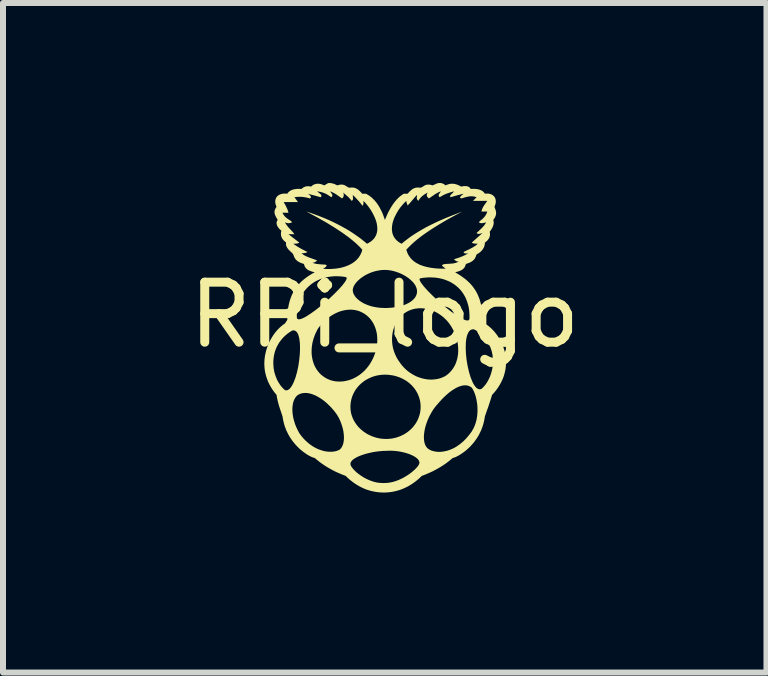
<source format=kicad_pcb>
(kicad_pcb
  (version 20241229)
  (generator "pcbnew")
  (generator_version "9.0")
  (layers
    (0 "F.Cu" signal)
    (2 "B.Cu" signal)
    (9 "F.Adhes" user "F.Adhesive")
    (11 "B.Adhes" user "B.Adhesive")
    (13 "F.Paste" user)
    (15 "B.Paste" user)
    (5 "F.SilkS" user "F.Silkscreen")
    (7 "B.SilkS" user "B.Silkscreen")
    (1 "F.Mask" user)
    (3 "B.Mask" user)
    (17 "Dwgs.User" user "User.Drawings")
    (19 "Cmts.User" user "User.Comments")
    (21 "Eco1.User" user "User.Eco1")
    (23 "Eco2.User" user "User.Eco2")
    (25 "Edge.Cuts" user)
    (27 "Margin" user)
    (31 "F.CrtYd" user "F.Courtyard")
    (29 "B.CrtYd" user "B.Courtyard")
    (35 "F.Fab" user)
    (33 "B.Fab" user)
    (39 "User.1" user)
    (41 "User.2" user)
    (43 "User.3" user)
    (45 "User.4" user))
  (footprint "RPi_logo"
    (layer "F.Cu")
    (at 3.363 2.699)
    (property "Reference" "RPi_logo" (at 0 -0.5 0) (unlocked yes) (layer "F.SilkS") (effects (font (size 1 1) (thickness 0.15))))
    (attr smd board_only exclude_from_pos_files exclude_from_bom)
    (fp_poly (pts (xy 0.925 -2.699) (xy 0.933 -2.698) (xy 0.94 -2.697) (xy 0.948 -2.695) (xy 0.956 -2.693) (xy 0.964 -2.69) (xy 0.972 -2.687) (xy 0.98 -2.683) (xy 0.989 -2.678) (xy 0.997 -2.672) (xy 1.006 -2.666) (xy 1.015 -2.659) (xy 1.03 -2.666) (xy 1.045 -2.672) (xy 1.06 -2.677) (xy 1.075 -2.681) (xy 1.09 -2.684) (xy 1.105 -2.686) (xy 1.121 -2.687) (xy 1.137 -2.686) (xy 1.152 -2.685) (xy 1.169 -2.682) (xy 1.185 -2.678) (xy 1.202 -2.673) (xy 1.219 -2.666) (xy 1.236 -2.659) (xy 1.254 -2.65) (xy 1.273 -2.639) (xy 1.282 -2.641) (xy 1.291 -2.642) (xy 1.299 -2.644) (xy 1.307 -2.645) (xy 1.315 -2.646) (xy 1.323 -2.646) (xy 1.33 -2.647) (xy 1.337 -2.647) (xy 1.343 -2.647) (xy 1.35 -2.647) (xy 1.356 -2.646) (xy 1.362 -2.646) (xy 1.367 -2.645) (xy 1.372 -2.644) (xy 1.377 -2.643) (xy 1.382 -2.642) (xy 1.387 -2.64) (xy 1.391 -2.639) (xy 1.395 -2.637) (xy 1.399 -2.635) (xy 1.403 -2.633) (xy 1.406 -2.63) (xy 1.41 -2.628) (xy 1.413 -2.625) (xy 1.416 -2.622) (xy 1.418 -2.62) (xy 1.421 -2.617) (xy 1.423 -2.613) (xy 1.426 -2.61) (xy 1.428 -2.607) (xy 1.43 -2.603) (xy 1.432 -2.6) (xy 1.469 -2.601) (xy 1.484 -2.601) (xy 1.5 -2.601) (xy 1.518 -2.599) (xy 1.536 -2.597) (xy 1.555 -2.594) (xy 1.574 -2.589) (xy 1.592 -2.583) (xy 1.602 -2.579) (xy 1.61 -2.575) (xy 1.619 -2.57) (xy 1.628 -2.565) (xy 1.636 -2.559) (xy 1.643 -2.552) (xy 1.651 -2.545) (xy 1.657 -2.538) (xy 1.664 -2.529) (xy 1.67 -2.52) (xy 1.684 -2.522) (xy 1.698 -2.522) (xy 1.712 -2.522) (xy 1.725 -2.522) (xy 1.737 -2.52) (xy 1.748 -2.518) (xy 1.759 -2.515) (xy 1.77 -2.511) (xy 1.78 -2.507) (xy 1.789 -2.502) (xy 1.798 -2.497) (xy 1.805 -2.491) (xy 1.813 -2.485) (xy 1.82 -2.478) (xy 1.826 -2.471) (xy 1.831 -2.463) (xy 1.836 -2.455) (xy 1.84 -2.447) (xy 1.844 -2.438) (xy 1.846 -2.429) (xy 1.849 -2.419) (xy 1.85 -2.409) (xy 1.851 -2.399) (xy 1.851 -2.389) (xy 1.851 -2.379) (xy 1.85 -2.368) (xy 1.848 -2.357) (xy 1.845 -2.346) (xy 1.842 -2.335) (xy 1.838 -2.324) (xy 1.834 -2.313) (xy 1.829 -2.302) (xy 1.845 -2.256) (xy 1.849 -2.245) (xy 1.852 -2.233) (xy 1.855 -2.22) (xy 1.856 -2.207) (xy 1.856 -2.201) (xy 1.856 -2.194) (xy 1.856 -2.187) (xy 1.855 -2.18) (xy 1.854 -2.173) (xy 1.853 -2.166) (xy 1.851 -2.158) (xy 1.848 -2.151) (xy 1.845 -2.143) (xy 1.842 -2.135) (xy 1.838 -2.127) (xy 1.834 -2.119) (xy 1.828 -2.11) (xy 1.823 -2.101) (xy 1.816 -2.092) (xy 1.809 -2.083) (xy 1.812 -2.072) (xy 1.815 -2.061) (xy 1.816 -2.05) (xy 1.816 -2.039) (xy 1.816 -2.027) (xy 1.815 -2.016) (xy 1.812 -2.004) (xy 1.809 -1.992) (xy 1.805 -1.98) (xy 1.8 -1.967) (xy 1.794 -1.954) (xy 1.787 -1.941) (xy 1.779 -1.928) (xy 1.77 -1.914) (xy 1.76 -1.9) (xy 1.749 -1.885) (xy 1.751 -1.877) (xy 1.752 -1.87) (xy 1.753 -1.863) (xy 1.754 -1.856) (xy 1.754 -1.849) (xy 1.754 -1.842) (xy 1.754 -1.836) (xy 1.754 -1.829) (xy 1.753 -1.823) (xy 1.752 -1.816) (xy 1.75 -1.81) (xy 1.748 -1.804) (xy 1.747 -1.798) (xy 1.744 -1.792) (xy 1.742 -1.786) (xy 1.739 -1.781) (xy 1.736 -1.775) (xy 1.733 -1.77) (xy 1.73 -1.765) (xy 1.726 -1.759) (xy 1.722 -1.754) (xy 1.719 -1.749) (xy 1.714 -1.745) (xy 1.71 -1.74) (xy 1.706 -1.735) (xy 1.701 -1.731) (xy 1.691 -1.722) (xy 1.681 -1.714) (xy 1.67 -1.707) (xy 1.669 -1.696) (xy 1.669 -1.685) (xy 1.667 -1.675) (xy 1.665 -1.665) (xy 1.663 -1.655) (xy 1.66 -1.646) (xy 1.657 -1.637) (xy 1.654 -1.628) (xy 1.65 -1.62) (xy 1.645 -1.612) (xy 1.641 -1.604) (xy 1.636 -1.597) (xy 1.631 -1.59) (xy 1.626 -1.583) (xy 1.621 -1.576) (xy 1.615 -1.57) (xy 1.604 -1.559) (xy 1.592 -1.548) (xy 1.581 -1.539) (xy 1.569 -1.531) (xy 1.558 -1.524) (xy 1.548 -1.518) (xy 1.531 -1.508) (xy 1.523 -1.486) (xy 1.519 -1.475) (xy 1.514 -1.464) (xy 1.509 -1.453) (xy 1.503 -1.442) (xy 1.495 -1.431) (xy 1.487 -1.421) (xy 1.476 -1.411) (xy 1.471 -1.406) (xy 1.465 -1.401) (xy 1.458 -1.396) (xy 1.452 -1.392) (xy 1.444 -1.387) (xy 1.436 -1.382) (xy 1.428 -1.378) (xy 1.419 -1.373) (xy 1.409 -1.369) (xy 1.399 -1.365) (xy 1.377 -1.357) (xy 1.353 -1.349) (xy 1.351 -1.34) (xy 1.348 -1.332) (xy 1.345 -1.323) (xy 1.342 -1.316) (xy 1.339 -1.308) (xy 1.335 -1.301) (xy 1.332 -1.295) (xy 1.327 -1.288) (xy 1.323 -1.283) (xy 1.318 -1.277) (xy 1.313 -1.272) (xy 1.308 -1.267) (xy 1.303 -1.262) (xy 1.297 -1.258) (xy 1.285 -1.25) (xy 1.273 -1.243) (xy 1.26 -1.237) (xy 1.246 -1.232) (xy 1.232 -1.227) (xy 1.218 -1.222) (xy 1.203 -1.218) (xy 1.174 -1.21) (xy 1.218 -1.184) (xy 1.262 -1.156) (xy 1.304 -1.126) (xy 1.346 -1.095) (xy 1.385 -1.061) (xy 1.423 -1.024) (xy 1.458 -0.984) (xy 1.491 -0.94) (xy 1.522 -0.892) (xy 1.549 -0.84) (xy 1.572 -0.784) (xy 1.583 -0.754) (xy 1.592 -0.722) (xy 1.601 -0.689) (xy 1.608 -0.655) (xy 1.615 -0.619) (xy 1.62 -0.582) (xy 1.625 -0.543) (xy 1.628 -0.503) (xy 1.63 -0.417) (xy 1.67 -0.357) (xy 1.725 -0.319) (xy 1.778 -0.273) (xy 1.829 -0.22) (xy 1.875 -0.16) (xy 1.917 -0.094) (xy 1.953 -0.022) (xy 1.969 0.015) (xy 1.983 0.054) (xy 1.995 0.093) (xy 2.005 0.134) (xy 2.012 0.175) (xy 2.018 0.217) (xy 2.021 0.26) (xy 2.022 0.303) (xy 2.019 0.347) (xy 2.015 0.391) (xy 2.007 0.435) (xy 1.996 0.48) (xy 1.983 0.525) (xy 1.966 0.569) (xy 1.945 0.614) (xy 1.921 0.659) (xy 1.894 0.703) (xy 1.863 0.747) (xy 1.828 0.791) (xy 1.789 0.834) (xy 1.774 0.884) (xy 1.759 0.931) (xy 1.744 0.976) (xy 1.73 1.02) (xy 1.7 1.104) (xy 1.67 1.191) (xy 1.663 1.233) (xy 1.655 1.274) (xy 1.645 1.313) (xy 1.634 1.351) (xy 1.621 1.387) (xy 1.607 1.423) (xy 1.591 1.456) (xy 1.575 1.489) (xy 1.558 1.52) (xy 1.539 1.55) (xy 1.52 1.578) (xy 1.5 1.606) (xy 1.48 1.632) (xy 1.459 1.656) (xy 1.438 1.68) (xy 1.417 1.702) (xy 1.374 1.742) (xy 1.332 1.777) (xy 1.29 1.807) (xy 1.251 1.833) (xy 1.215 1.853) (xy 1.183 1.869) (xy 1.156 1.879) (xy 1.134 1.885) (xy 1.081 1.929) (xy 1.026 1.971) (xy 0.997 1.991) (xy 0.967 2.011) (xy 0.937 2.03) (xy 0.906 2.049) (xy 0.874 2.067) (xy 0.841 2.085) (xy 0.807 2.103) (xy 0.771 2.12) (xy 0.735 2.136) (xy 0.698 2.152) (xy 0.659 2.168) (xy 0.619 2.183) (xy 0.581 2.219) (xy 0.543 2.252) (xy 0.505 2.282) (xy 0.466 2.31) (xy 0.427 2.335) (xy 0.388 2.358) (xy 0.348 2.378) (xy 0.308 2.396) (xy 0.268 2.412) (xy 0.228 2.425) (xy 0.187 2.436) (xy 0.147 2.445) (xy 0.106 2.452) (xy 0.065 2.457) (xy 0.024 2.46) (xy -0.017 2.461) (xy -0.058 2.46) (xy -0.099 2.457) (xy -0.14 2.452) (xy -0.18 2.445) (xy -0.221 2.436) (xy -0.261 2.425) (xy -0.302 2.412) (xy -0.342 2.396) (xy -0.382 2.378) (xy -0.421 2.358) (xy -0.461 2.335) (xy -0.5 2.31) (xy -0.538 2.282) (xy -0.577 2.252) (xy -0.614 2.219) (xy -0.652 2.183) (xy -0.692 2.168) (xy -0.731 2.152) (xy -0.768 2.136) (xy -0.805 2.12) (xy -0.84 2.103) (xy -0.874 2.085) (xy -0.907 2.067) (xy -0.939 2.049) (xy -0.97 2.03) (xy -1.001 2.011) (xy -1.03 1.991) (xy -1.039 1.985) (xy -0.572 1.985) (xy -0.571 1.993) (xy -0.569 2.002) (xy -0.56 2.022) (xy -0.545 2.045) (xy -0.524 2.07) (xy -0.499 2.097) (xy -0.469 2.125) (xy -0.434 2.153) (xy -0.396 2.18) (xy -0.354 2.207) (xy -0.31 2.231) (xy -0.262 2.253) (xy -0.212 2.272) (xy -0.161 2.287) (xy -0.134 2.293) (xy -0.107 2.297) (xy -0.08 2.3) (xy -0.052 2.302) (xy -0.025 2.303) (xy 0.003 2.302) (xy 0.029 2.301) (xy 0.055 2.299) (xy 0.081 2.295) (xy 0.107 2.29) (xy 0.133 2.285) (xy 0.159 2.277) (xy 0.185 2.269) (xy 0.21 2.26) (xy 0.235 2.25) (xy 0.259 2.239) (xy 0.283 2.228) (xy 0.307 2.216) (xy 0.33 2.203) (xy 0.352 2.19) (xy 0.395 2.163) (xy 0.434 2.135) (xy 0.469 2.106) (xy 0.501 2.078) (xy 0.527 2.051) (xy 0.539 2.038) (xy 0.549 2.025) (xy 0.558 2.013) (xy 0.565 2.002) (xy 0.571 1.991) (xy 0.575 1.981) (xy 0.577 1.972) (xy 0.578 1.965) (xy 0.577 1.953) (xy 0.575 1.942) (xy 0.57 1.932) (xy 0.564 1.921) (xy 0.557 1.91) (xy 0.547 1.9) (xy 0.525 1.88) (xy 0.497 1.862) (xy 0.465 1.844) (xy 0.429 1.828) (xy 0.39 1.813) (xy 0.348 1.8) (xy 0.303 1.789) (xy 0.257 1.779) (xy 0.21 1.772) (xy 0.163 1.767) (xy 0.115 1.764) (xy 0.069 1.764) (xy 0.023 1.766) (xy -0.023 1.767) (xy -0.071 1.771) (xy -0.12 1.776) (xy -0.171 1.783) (xy -0.221 1.793) (xy -0.27 1.804) (xy -0.318 1.816) (xy -0.364 1.831) (xy -0.407 1.846) (xy -0.447 1.863) (xy -0.465 1.872) (xy -0.482 1.881) (xy -0.498 1.891) (xy -0.513 1.9) (xy -0.526 1.91) (xy -0.538 1.92) (xy -0.548 1.931) (xy -0.556 1.941) (xy -0.563 1.952) (xy -0.568 1.963) (xy -0.571 1.974) (xy -0.572 1.985) (xy -1.039 1.985) (xy -1.059 1.971) (xy -1.087 1.95) (xy -1.114 1.929) (xy -1.141 1.907) (xy -1.167 1.885) (xy -1.189 1.879) (xy -1.216 1.869) (xy -1.249 1.853) (xy -1.285 1.833) (xy -1.324 1.807) (xy -1.365 1.777) (xy -1.408 1.742) (xy -1.45 1.702) (xy -1.493 1.656) (xy -1.534 1.606) (xy -1.573 1.55) (xy -1.591 1.52) (xy -1.609 1.489) (xy -1.625 1.456) (xy -1.641 1.423) (xy -1.655 1.387) (xy -1.668 1.351) (xy -1.679 1.313) (xy -1.689 1.274) (xy -1.697 1.233) (xy -1.704 1.191) (xy -1.733 1.104) (xy -1.742 1.077) (xy -1.54 1.077) (xy -1.538 1.121) (xy -1.533 1.166) (xy -1.525 1.214) (xy -1.512 1.263) (xy -1.497 1.314) (xy -1.477 1.365) (xy -1.453 1.416) (xy -1.426 1.468) (xy -1.405 1.497) (xy -1.384 1.525) (xy -1.362 1.551) (xy -1.34 1.575) (xy -1.317 1.598) (xy -1.294 1.619) (xy -1.271 1.639) (xy -1.248 1.657) (xy -1.224 1.674) (xy -1.201 1.69) (xy -1.177 1.704) (xy -1.153 1.717) (xy -1.129 1.729) (xy -1.106 1.739) (xy -1.082 1.748) (xy -1.059 1.756) (xy -1.036 1.763) (xy -1.013 1.769) (xy -0.99 1.774) (xy -0.968 1.777) (xy -0.946 1.78) (xy -0.925 1.781) (xy -0.905 1.781) (xy -0.884 1.781) (xy -0.865 1.78) (xy -0.846 1.777) (xy -0.828 1.774) (xy -0.811 1.77) (xy -0.795 1.765) (xy -0.779 1.759) (xy -0.765 1.753) (xy -0.751 1.746) (xy -0.739 1.734) (xy -0.728 1.721) (xy -0.718 1.707) (xy -0.709 1.691) (xy -0.702 1.674) (xy -0.695 1.657) (xy -0.69 1.638) (xy -0.686 1.619) (xy -0.683 1.599) (xy -0.681 1.578) (xy -0.68 1.534) (xy -0.683 1.488) (xy -0.689 1.441) (xy -0.699 1.394) (xy -0.713 1.346) (xy -0.729 1.299) (xy -0.748 1.252) (xy -0.77 1.208) (xy -0.795 1.166) (xy -0.822 1.127) (xy -0.85 1.092) (xy -0.885 1.052) (xy -0.903 1.032) (xy -0.572 1.032) (xy -0.571 1.06) (xy -0.569 1.087) (xy -0.565 1.114) (xy -0.56 1.141) (xy -0.553 1.167) (xy -0.544 1.192) (xy -0.535 1.217) (xy -0.524 1.241) (xy -0.512 1.265) (xy -0.498 1.288) (xy -0.483 1.311) (xy -0.468 1.332) (xy -0.451 1.353) (xy -0.433 1.374) (xy -0.414 1.393) (xy -0.394 1.411) (xy -0.373 1.429) (xy -0.351 1.446) (xy -0.328 1.462) (xy -0.305 1.477) (xy -0.281 1.491) (xy -0.256 1.503) (xy -0.23 1.515) (xy -0.204 1.526) (xy -0.177 1.535) (xy -0.15 1.544) (xy -0.122 1.551) (xy -0.094 1.557) (xy -0.065 1.562) (xy -0.036 1.565) (xy -0.006 1.567) (xy 0.023 1.568) (xy 0.053 1.567) (xy 0.082 1.565) (xy 0.111 1.562) (xy 0.139 1.557) (xy 0.167 1.551) (xy 0.181 1.547) (xy 0.653 1.547) (xy 0.654 1.57) (xy 0.656 1.592) (xy 0.659 1.613) (xy 0.664 1.633) (xy 0.669 1.652) (xy 0.676 1.67) (xy 0.685 1.686) (xy 0.694 1.701) (xy 0.705 1.715) (xy 0.718 1.727) (xy 0.73 1.736) (xy 0.742 1.744) (xy 0.772 1.759) (xy 0.806 1.77) (xy 0.843 1.778) (xy 0.884 1.783) (xy 0.928 1.783) (xy 0.974 1.778) (xy 1.022 1.769) (xy 1.047 1.762) (xy 1.072 1.754) (xy 1.098 1.744) (xy 1.124 1.733) (xy 1.15 1.721) (xy 1.176 1.707) (xy 1.202 1.691) (xy 1.228 1.673) (xy 1.254 1.654) (xy 1.28 1.633) (xy 1.306 1.611) (xy 1.332 1.586) (xy 1.357 1.56) (xy 1.382 1.531) (xy 1.407 1.501) (xy 1.432 1.468) (xy 1.448 1.446) (xy 1.462 1.422) (xy 1.476 1.398) (xy 1.488 1.373) (xy 1.499 1.348) (xy 1.509 1.322) (xy 1.517 1.296) (xy 1.524 1.27) (xy 1.531 1.243) (xy 1.536 1.216) (xy 1.543 1.162) (xy 1.546 1.108) (xy 1.546 1.054) (xy 1.543 1.002) (xy 1.536 0.951) (xy 1.527 0.903) (xy 1.516 0.857) (xy 1.502 0.815) (xy 1.487 0.777) (xy 1.47 0.743) (xy 1.452 0.714) (xy 1.439 0.704) (xy 1.425 0.695) (xy 1.41 0.688) (xy 1.395 0.682) (xy 1.38 0.678) (xy 1.364 0.675) (xy 1.348 0.674) (xy 1.331 0.674) (xy 1.314 0.675) (xy 1.297 0.678) (xy 1.279 0.682) (xy 1.261 0.687) (xy 1.243 0.694) (xy 1.224 0.701) (xy 1.205 0.71) (xy 1.186 0.719) (xy 1.148 0.742) (xy 1.109 0.768) (xy 1.069 0.798) (xy 1.03 0.832) (xy 0.991 0.868) (xy 0.952 0.907) (xy 0.914 0.949) (xy 0.876 0.993) (xy 0.858 1.013) (xy 0.84 1.035) (xy 0.806 1.082) (xy 0.776 1.131) (xy 0.748 1.182) (xy 0.723 1.235) (xy 0.702 1.289) (xy 0.684 1.343) (xy 0.67 1.396) (xy 0.66 1.449) (xy 0.654 1.499) (xy 0.653 1.524) (xy 0.653 1.547) (xy 0.181 1.547) (xy 0.194 1.544) (xy 0.221 1.535) (xy 0.247 1.526) (xy 0.272 1.515) (xy 0.297 1.503) (xy 0.321 1.491) (xy 0.345 1.477) (xy 0.367 1.462) (xy 0.389 1.446) (xy 0.41 1.429) (xy 0.43 1.411) (xy 0.449 1.393) (xy 0.467 1.374) (xy 0.484 1.353) (xy 0.5 1.332) (xy 0.515 1.311) (xy 0.529 1.288) (xy 0.542 1.265) (xy 0.553 1.241) (xy 0.563 1.217) (xy 0.572 1.192) (xy 0.58 1.167) (xy 0.587 1.141) (xy 0.592 1.114) (xy 0.595 1.087) (xy 0.598 1.06) (xy 0.598 1.032) (xy 0.598 1.004) (xy 0.595 0.977) (xy 0.592 0.95) (xy 0.587 0.924) (xy 0.58 0.898) (xy 0.572 0.872) (xy 0.563 0.847) (xy 0.553 0.823) (xy 0.541 0.799) (xy 0.528 0.776) (xy 0.514 0.753) (xy 0.499 0.732) (xy 0.483 0.711) (xy 0.465 0.691) (xy 0.447 0.671) (xy 0.427 0.653) (xy 0.407 0.635) (xy 0.385 0.618) (xy 0.363 0.602) (xy 0.34 0.587) (xy 0.315 0.574) (xy 0.291 0.561) (xy 0.265 0.549) (xy 0.238 0.538) (xy 0.211 0.529) (xy 0.183 0.52) (xy 0.155 0.513) (xy 0.125 0.507) (xy 0.096 0.503) (xy 0.065 0.499) (xy 0.034 0.497) (xy 0.003 0.496) (xy -0.027 0.497) (xy -0.056 0.499) (xy -0.085 0.503) (xy -0.113 0.507) (xy -0.141 0.513) (xy -0.168 0.52) (xy -0.195 0.529) (xy -0.221 0.538) (xy -0.246 0.549) (xy -0.271 0.561) (xy -0.295 0.574) (xy -0.319 0.587) (xy -0.341 0.602) (xy -0.363 0.618) (xy -0.384 0.635) (xy -0.404 0.653) (xy -0.423 0.671) (xy -0.441 0.691) (xy -0.458 0.711) (xy -0.474 0.732) (xy -0.489 0.753) (xy -0.503 0.776) (xy -0.515 0.799) (xy -0.527 0.823) (xy -0.537 0.847) (xy -0.546 0.872) (xy -0.554 0.898) (xy -0.56 0.924) (xy -0.565 0.95) (xy -0.569 0.977) (xy -0.571 1.004) (xy -0.572 1.032) (xy -0.903 1.032) (xy -0.921 1.014) (xy -0.958 0.978) (xy -0.996 0.945) (xy -1.035 0.915) (xy -1.075 0.888) (xy -1.115 0.864) (xy -1.155 0.843) (xy -1.175 0.835) (xy -1.195 0.827) (xy -1.215 0.82) (xy -1.234 0.814) (xy -1.254 0.809) (xy -1.273 0.805) (xy -1.292 0.803) (xy -1.311 0.801) (xy -1.329 0.801) (xy -1.347 0.802) (xy -1.365 0.804) (xy -1.382 0.807) (xy -1.399 0.812) (xy -1.415 0.818) (xy -1.43 0.825) (xy -1.446 0.834) (xy -1.457 0.842) (xy -1.467 0.851) (xy -1.476 0.861) (xy -1.485 0.872) (xy -1.501 0.898) (xy -1.515 0.927) (xy -1.526 0.96) (xy -1.533 0.996) (xy -1.538 1.035) (xy -1.54 1.077) (xy -1.742 1.077) (xy -1.747 1.062) (xy -1.761 1.02) (xy -1.773 0.976) (xy -1.785 0.931) (xy -1.79 0.908) (xy -1.795 0.884) (xy -1.799 0.859) (xy -1.803 0.834) (xy -1.838 0.791) (xy -1.87 0.747) (xy -1.898 0.703) (xy -1.922 0.659) (xy -1.944 0.614) (xy -1.961 0.569) (xy -1.976 0.525) (xy -1.988 0.48) (xy -1.997 0.435) (xy -2.003 0.391) (xy -2.006 0.347) (xy -2.007 0.303) (xy -2.006 0.28) (xy -1.857 0.28) (xy -1.857 0.316) (xy -1.855 0.351) (xy -1.852 0.386) (xy -1.846 0.421) (xy -1.839 0.455) (xy -1.83 0.488) (xy -1.819 0.52) (xy -1.807 0.551) (xy -1.794 0.582) (xy -1.779 0.611) (xy -1.762 0.638) (xy -1.745 0.665) (xy -1.726 0.69) (xy -1.706 0.713) (xy -1.685 0.734) (xy -1.663 0.754) (xy -1.643 0.758) (xy -1.623 0.755) (xy -1.604 0.746) (xy -1.585 0.731) (xy -1.567 0.71) (xy -1.55 0.685) (xy -1.533 0.655) (xy -1.517 0.621) (xy -1.487 0.543) (xy -1.462 0.454) (xy -1.441 0.358) (xy -1.426 0.258) (xy -1.416 0.158) (xy -1.413 0.097) (xy -1.219 0.097) (xy -1.219 0.125) (xy -1.218 0.153) (xy -1.215 0.181) (xy -1.211 0.208) (xy -1.206 0.235) (xy -1.2 0.261) (xy -1.192 0.287) (xy -1.184 0.312) (xy -1.174 0.337) (xy -1.163 0.361) (xy -1.15 0.384) (xy -1.137 0.406) (xy -1.122 0.427) (xy -1.106 0.448) (xy -1.089 0.468) (xy -1.071 0.486) (xy -1.052 0.504) (xy -1.031 0.52) (xy -1.009 0.536) (xy -0.987 0.55) (xy -0.963 0.563) (xy -0.939 0.574) (xy -0.915 0.584) (xy -0.89 0.592) (xy -0.864 0.599) (xy -0.839 0.604) (xy -0.813 0.608) (xy -0.786 0.61) (xy -0.76 0.611) (xy -0.733 0.611) (xy -0.707 0.609) (xy -0.68 0.606) (xy -0.653 0.601) (xy -0.626 0.595) (xy -0.6 0.588) (xy -0.573 0.58) (xy -0.547 0.57) (xy -0.521 0.559) (xy -0.496 0.546) (xy -0.47 0.532) (xy -0.446 0.517) (xy -0.422 0.501) (xy -0.398 0.483) (xy -0.375 0.464) (xy -0.352 0.444) (xy -0.331 0.423) (xy -0.31 0.4) (xy -0.29 0.376) (xy -0.27 0.351) (xy -0.252 0.325) (xy -0.235 0.298) (xy -0.219 0.27) (xy -0.204 0.242) (xy -0.19 0.213) (xy -0.178 0.184) (xy -0.167 0.155) (xy -0.157 0.126) (xy -0.149 0.097) (xy -0.142 0.068) (xy -0.136 0.038) (xy -0.131 0.009) (xy -0.127 -0.02) (xy -0.125 -0.048) (xy -0.124 -0.077) (xy -0.124 -0.089) (xy 0.122 -0.089) (xy 0.122 -0.06) (xy 0.125 -0.031) (xy 0.128 -0.002) (xy 0.133 0.027) (xy 0.139 0.056) (xy 0.147 0.085) (xy 0.156 0.113) (xy 0.167 0.142) (xy 0.179 0.17) (xy 0.192 0.197) (xy 0.207 0.225) (xy 0.223 0.252) (xy 0.241 0.278) (xy 0.258 0.303) (xy 0.277 0.328) (xy 0.296 0.351) (xy 0.316 0.373) (xy 0.337 0.395) (xy 0.359 0.415) (xy 0.381 0.434) (xy 0.404 0.452) (xy 0.428 0.468) (xy 0.452 0.484) (xy 0.477 0.498) (xy 0.502 0.512) (xy 0.527 0.524) (xy 0.553 0.535) (xy 0.579 0.544) (xy 0.606 0.553) (xy 0.632 0.56) (xy 0.659 0.566) (xy 0.686 0.571) (xy 0.713 0.575) (xy 0.739 0.577) (xy 0.766 0.578) (xy 0.793 0.578) (xy 0.819 0.576) (xy 0.845 0.573) (xy 0.871 0.569) (xy 0.896 0.564) (xy 0.921 0.557) (xy 0.945 0.549) (xy 0.969 0.539) (xy 0.993 0.528) (xy 1.015 0.516) (xy 1.037 0.5) (xy 1.058 0.484) (xy 1.077 0.466) (xy 1.095 0.447) (xy 1.112 0.428) (xy 1.128 0.407) (xy 1.143 0.386) (xy 1.156 0.364) (xy 1.169 0.341) (xy 1.18 0.317) (xy 1.19 0.292) (xy 1.198 0.267) (xy 1.206 0.241) (xy 1.212 0.215) (xy 1.221 0.161) (xy 1.225 0.106) (xy 1.224 0.056) (xy 1.35 0.056) (xy 1.354 0.153) (xy 1.365 0.253) (xy 1.382 0.353) (xy 1.404 0.448) (xy 1.43 0.536) (xy 1.461 0.613) (xy 1.477 0.646) (xy 1.495 0.675) (xy 1.513 0.699) (xy 1.531 0.718) (xy 1.551 0.731) (xy 1.57 0.739) (xy 1.59 0.74) (xy 1.611 0.734) (xy 1.633 0.715) (xy 1.653 0.693) (xy 1.673 0.67) (xy 1.692 0.645) (xy 1.709 0.618) (xy 1.725 0.59) (xy 1.74 0.56) (xy 1.754 0.529) (xy 1.766 0.497) (xy 1.776 0.464) (xy 1.785 0.431) (xy 1.793 0.396) (xy 1.798 0.361) (xy 1.802 0.325) (xy 1.804 0.289) (xy 1.804 0.253) (xy 1.802 0.217) (xy 1.798 0.18) (xy 1.792 0.144) (xy 1.784 0.108) (xy 1.773 0.073) (xy 1.76 0.038) (xy 1.745 0.003) (xy 1.728 -0.03) (xy 1.707 -0.063) (xy 1.685 -0.095) (xy 1.66 -0.126) (xy 1.632 -0.155) (xy 1.601 -0.183) (xy 1.567 -0.21) (xy 1.531 -0.235) (xy 1.491 -0.258) (xy 1.467 -0.26) (xy 1.445 -0.255) (xy 1.425 -0.245) (xy 1.408 -0.228) (xy 1.393 -0.206) (xy 1.381 -0.18) (xy 1.37 -0.149) (xy 1.362 -0.114) (xy 1.356 -0.076) (xy 1.352 -0.034) (xy 1.35 0.056) (xy 1.224 0.056) (xy 1.224 0.049) (xy 1.219 -0.009) (xy 1.208 -0.067) (xy 1.192 -0.125) (xy 1.171 -0.183) (xy 1.146 -0.241) (xy 1.115 -0.297) (xy 1.097 -0.325) (xy 1.079 -0.351) (xy 1.06 -0.376) (xy 1.04 -0.4) (xy 1.019 -0.422) (xy 0.997 -0.443) (xy 0.975 -0.464) (xy 0.952 -0.482) (xy 0.928 -0.5) (xy 0.904 -0.516) (xy 0.879 -0.532) (xy 0.854 -0.545) (xy 0.828 -0.558) (xy 0.802 -0.569) (xy 0.776 -0.579) (xy 0.75 -0.588) (xy 0.723 -0.595) (xy 0.696 -0.601) (xy 0.669 -0.605) (xy 0.643 -0.609) (xy 0.616 -0.61) (xy 0.589 -0.611) (xy 0.563 -0.61) (xy 0.536 -0.607) (xy 0.51 -0.604) (xy 0.485 -0.598) (xy 0.459 -0.592) (xy 0.435 -0.583) (xy 0.41 -0.574) (xy 0.386 -0.563) (xy 0.363 -0.55) (xy 0.34 -0.536) (xy 0.318 -0.521) (xy 0.298 -0.504) (xy 0.278 -0.486) (xy 0.26 -0.467) (xy 0.242 -0.447) (xy 0.226 -0.426) (xy 0.211 -0.404) (xy 0.196 -0.381) (xy 0.184 -0.357) (xy 0.172 -0.333) (xy 0.161 -0.308) (xy 0.152 -0.282) (xy 0.144 -0.256) (xy 0.137 -0.229) (xy 0.131 -0.201) (xy 0.127 -0.174) (xy 0.124 -0.146) (xy 0.122 -0.117) (xy 0.122 -0.089) (xy -0.124 -0.089) (xy -0.124 -0.105) (xy -0.126 -0.133) (xy -0.128 -0.161) (xy -0.132 -0.188) (xy -0.137 -0.215) (xy -0.144 -0.241) (xy -0.151 -0.267) (xy -0.16 -0.292) (xy -0.17 -0.317) (xy -0.181 -0.34) (xy -0.193 -0.364) (xy -0.207 -0.386) (xy -0.221 -0.407) (xy -0.237 -0.428) (xy -0.254 -0.448) (xy -0.272 -0.466) (xy -0.292 -0.484) (xy -0.312 -0.5) (xy -0.334 -0.516) (xy -0.357 -0.53) (xy -0.38 -0.542) (xy -0.403 -0.553) (xy -0.428 -0.563) (xy -0.452 -0.57) (xy -0.477 -0.577) (xy -0.502 -0.582) (xy -0.528 -0.585) (xy -0.553 -0.587) (xy -0.579 -0.587) (xy -0.605 -0.586) (xy -0.631 -0.584) (xy -0.658 -0.58) (xy -0.684 -0.575) (xy -0.71 -0.568) (xy -0.736 -0.561) (xy -0.762 -0.552) (xy -0.788 -0.541) (xy -0.814 -0.53) (xy -0.839 -0.517) (xy -0.864 -0.503) (xy -0.889 -0.488) (xy -0.913 -0.472) (xy -0.937 -0.455) (xy -0.961 -0.436) (xy -0.984 -0.417) (xy -1.006 -0.396) (xy -1.028 -0.374) (xy -1.049 -0.352) (xy -1.07 -0.328) (xy -1.089 -0.303) (xy -1.108 -0.278) (xy -1.125 -0.25) (xy -1.139 -0.221) (xy -1.153 -0.193) (xy -1.165 -0.164) (xy -1.176 -0.135) (xy -1.186 -0.106) (xy -1.194 -0.077) (xy -1.202 -0.048) (xy -1.208 -0.018) (xy -1.212 0.011) (xy -1.216 0.04) (xy -1.218 0.068) (xy -1.219 0.097) (xy -1.413 0.097) (xy -1.412 0.062) (xy -1.414 -0.027) (xy -1.424 -0.106) (xy -1.432 -0.139) (xy -1.441 -0.169) (xy -1.453 -0.195) (xy -1.467 -0.215) (xy -1.483 -0.23) (xy -1.501 -0.239) (xy -1.522 -0.242) (xy -1.545 -0.238) (xy -1.584 -0.213) (xy -1.621 -0.187) (xy -1.654 -0.159) (xy -1.685 -0.13) (xy -1.713 -0.099) (xy -1.738 -0.068) (xy -1.761 -0.036) (xy -1.781 -0.002) (xy -1.799 0.032) (xy -1.814 0.066) (xy -1.827 0.101) (xy -1.837 0.137) (xy -1.845 0.172) (xy -1.851 0.208) (xy -1.855 0.244) (xy -1.857 0.28) (xy -2.006 0.28) (xy -2.005 0.26) (xy -2.001 0.217) (xy -1.995 0.175) (xy -1.986 0.134) (xy -1.976 0.093) (xy -1.964 0.054) (xy -1.95 0.015) (xy -1.935 -0.022) (xy -1.918 -0.059) (xy -1.899 -0.094) (xy -1.879 -0.128) (xy -1.859 -0.16) (xy -1.837 -0.191) (xy -1.814 -0.22) (xy -1.79 -0.248) (xy -1.766 -0.273) (xy -1.741 -0.297) (xy -1.715 -0.319) (xy -1.69 -0.339) (xy -1.663 -0.357) (xy -1.624 -0.417) (xy -1.623 -0.459) (xy -1.622 -0.499) (xy -1.622 -0.5) (xy -1.466 -0.5) (xy -1.465 -0.456) (xy -1.461 -0.441) (xy -1.451 -0.431) (xy -1.437 -0.427) (xy -1.418 -0.427) (xy -1.395 -0.433) (xy -1.369 -0.443) (xy -1.34 -0.457) (xy -1.307 -0.475) (xy -1.236 -0.521) (xy -1.157 -0.577) (xy -1.075 -0.642) (xy -0.992 -0.712) (xy -0.91 -0.784) (xy -0.834 -0.857) (xy -0.779 -0.913) (xy -0.533 -0.913) (xy -0.532 -0.9) (xy -0.53 -0.887) (xy -0.527 -0.873) (xy -0.523 -0.86) (xy -0.517 -0.847) (xy -0.51 -0.834) (xy -0.494 -0.808) (xy -0.472 -0.782) (xy -0.447 -0.758) (xy -0.417 -0.734) (xy -0.384 -0.712) (xy -0.347 -0.691) (xy -0.306 -0.673) (xy -0.262 -0.656) (xy -0.215 -0.642) (xy -0.164 -0.631) (xy -0.111 -0.622) (xy -0.055 -0.617) (xy 0.003 -0.615) (xy 0.033 -0.615) (xy 0.061 -0.617) (xy 0.09 -0.618) (xy 0.117 -0.621) (xy 0.144 -0.624) (xy 0.171 -0.627) (xy 0.196 -0.631) (xy 0.221 -0.636) (xy 0.245 -0.642) (xy 0.268 -0.648) (xy 0.291 -0.654) (xy 0.312 -0.661) (xy 0.333 -0.669) (xy 0.353 -0.677) (xy 0.372 -0.686) (xy 0.39 -0.695) (xy 0.407 -0.704) (xy 0.423 -0.714) (xy 0.439 -0.725) (xy 0.453 -0.735) (xy 0.466 -0.747) (xy 0.478 -0.758) (xy 0.49 -0.77) (xy 0.5 -0.783) (xy 0.509 -0.795) (xy 0.516 -0.808) (xy 0.523 -0.822) (xy 0.529 -0.835) (xy 0.533 -0.849) (xy 0.536 -0.863) (xy 0.538 -0.878) (xy 0.539 -0.893) (xy 0.538 -0.909) (xy 0.535 -0.926) (xy 0.531 -0.943) (xy 0.525 -0.959) (xy 0.518 -0.976) (xy 0.51 -0.992) (xy 0.5 -1.008) (xy 0.488 -1.024) (xy 0.476 -1.04) (xy 0.462 -1.055) (xy 0.432 -1.084) (xy 0.415 -1.098) (xy 0.581 -1.098) (xy 0.581 -1.085) (xy 0.587 -1.068) (xy 0.598 -1.048) (xy 0.613 -1.025) (xy 0.656 -0.969) (xy 0.713 -0.906) (xy 0.781 -0.837) (xy 0.857 -0.764) (xy 0.938 -0.692) (xy 1.022 -0.622) (xy 1.104 -0.558) (xy 1.183 -0.501) (xy 1.254 -0.456) (xy 1.287 -0.438) (xy 1.316 -0.424) (xy 1.342 -0.414) (xy 1.365 -0.408) (xy 1.384 -0.407) (xy 1.398 -0.412) (xy 1.408 -0.421) (xy 1.412 -0.437) (xy 1.413 -0.483) (xy 1.411 -0.527) (xy 1.408 -0.57) (xy 1.402 -0.612) (xy 1.394 -0.652) (xy 1.383 -0.69) (xy 1.371 -0.727) (xy 1.357 -0.763) (xy 1.342 -0.797) (xy 1.324 -0.829) (xy 1.305 -0.86) (xy 1.284 -0.889) (xy 1.261 -0.917) (xy 1.237 -0.943) (xy 1.211 -0.967) (xy 1.184 -0.99) (xy 1.155 -1.011) (xy 1.125 -1.03) (xy 1.094 -1.048) (xy 1.062 -1.063) (xy 1.028 -1.077) (xy 0.993 -1.09) (xy 0.958 -1.1) (xy 0.921 -1.109) (xy 0.883 -1.116) (xy 0.845 -1.121) (xy 0.805 -1.124) (xy 0.765 -1.125) (xy 0.724 -1.125) (xy 0.683 -1.122) (xy 0.641 -1.118) (xy 0.598 -1.111) (xy 0.587 -1.107) (xy 0.581 -1.098) (xy 0.415 -1.098) (xy 0.398 -1.112) (xy 0.36 -1.138) (xy 0.32 -1.162) (xy 0.277 -1.184) (xy 0.233 -1.203) (xy 0.187 -1.219) (xy 0.141 -1.232) (xy 0.094 -1.242) (xy 0.048 -1.248) (xy 0.003 -1.25) (xy -0.023 -1.249) (xy -0.049 -1.248) (xy -0.074 -1.245) (xy -0.1 -1.241) (xy -0.125 -1.236) (xy -0.149 -1.231) (xy -0.174 -1.224) (xy -0.198 -1.217) (xy -0.221 -1.209) (xy -0.244 -1.2) (xy -0.267 -1.19) (xy -0.288 -1.18) (xy -0.31 -1.169) (xy -0.33 -1.158) (xy -0.35 -1.146) (xy -0.369 -1.133) (xy -0.387 -1.121) (xy -0.404 -1.108) (xy -0.421 -1.094) (xy -0.436 -1.08) (xy -0.451 -1.067) (xy -0.464 -1.052) (xy -0.477 -1.038) (xy -0.488 -1.024) (xy -0.498 -1.01) (xy -0.507 -0.995) (xy -0.515 -0.981) (xy -0.521 -0.967) (xy -0.526 -0.953) (xy -0.53 -0.939) (xy -0.532 -0.926) (xy -0.533 -0.913) (xy -0.779 -0.913) (xy -0.766 -0.926) (xy -0.709 -0.989) (xy -0.666 -1.045) (xy -0.651 -1.068) (xy -0.64 -1.088) (xy -0.635 -1.105) (xy -0.635 -1.118) (xy -0.64 -1.127) (xy -0.652 -1.131) (xy -0.694 -1.138) (xy -0.737 -1.142) (xy -0.778 -1.144) (xy -0.819 -1.145) (xy -0.859 -1.143) (xy -0.898 -1.139) (xy -0.937 -1.134) (xy -0.974 -1.126) (xy -1.011 -1.117) (xy -1.047 -1.106) (xy -1.082 -1.093) (xy -1.115 -1.078) (xy -1.148 -1.062) (xy -1.179 -1.044) (xy -1.209 -1.024) (xy -1.237 -1.002) (xy -1.264 -0.979) (xy -1.29 -0.954) (xy -1.314 -0.928) (xy -1.337 -0.9) (xy -1.358 -0.871) (xy -1.377 -0.84) (xy -1.395 -0.808) (xy -1.411 -0.774) (xy -1.425 -0.739) (xy -1.437 -0.702) (xy -1.447 -0.664) (xy -1.455 -0.625) (xy -1.461 -0.585) (xy -1.464 -0.543) (xy -1.466 -0.5) (xy -1.622 -0.5) (xy -1.619 -0.538) (xy -1.615 -0.576) (xy -1.61 -0.613) (xy -1.604 -0.648) (xy -1.597 -0.681) (xy -1.589 -0.714) (xy -1.58 -0.745) (xy -1.57 -0.775) (xy -1.559 -0.804) (xy -1.548 -0.832) (xy -1.535 -0.859) (xy -1.522 -0.884) (xy -1.507 -0.909) (xy -1.492 -0.933) (xy -1.477 -0.956) (xy -1.46 -0.977) (xy -1.443 -0.998) (xy -1.425 -1.019) (xy -1.407 -1.038) (xy -1.388 -1.057) (xy -1.348 -1.092) (xy -1.305 -1.125) (xy -1.261 -1.155) (xy -1.215 -1.184) (xy -1.167 -1.21) (xy -1.197 -1.218) (xy -1.212 -1.222) (xy -1.226 -1.227) (xy -1.24 -1.232) (xy -1.254 -1.237) (xy -1.267 -1.243) (xy -1.273 -1.247) (xy -1.279 -1.25) (xy -1.285 -1.254) (xy -1.291 -1.258) (xy -1.297 -1.262) (xy -1.302 -1.267) (xy -1.307 -1.272) (xy -1.312 -1.277) (xy -1.317 -1.283) (xy -1.321 -1.288) (xy -1.325 -1.295) (xy -1.329 -1.301) (xy -1.333 -1.308) (xy -1.336 -1.316) (xy -1.339 -1.323) (xy -1.342 -1.332) (xy -1.344 -1.34) (xy -1.346 -1.349) (xy -1.359 -1.353) (xy -1.371 -1.357) (xy -1.382 -1.361) (xy -1.393 -1.365) (xy -1.403 -1.369) (xy -1.413 -1.373) (xy -1.422 -1.378) (xy -1.43 -1.382) (xy -1.438 -1.387) (xy -1.445 -1.392) (xy -1.452 -1.396) (xy -1.459 -1.401) (xy -1.465 -1.406) (xy -1.47 -1.411) (xy -1.476 -1.416) (xy -1.48 -1.421) (xy -1.485 -1.426) (xy -1.489 -1.431) (xy -1.493 -1.437) (xy -1.496 -1.442) (xy -1.503 -1.453) (xy -1.508 -1.464) (xy -1.513 -1.475) (xy -1.517 -1.486) (xy -1.525 -1.508) (xy -1.527 -1.512) (xy -1.53 -1.516) (xy -1.536 -1.524) (xy -1.545 -1.533) (xy -1.555 -1.542) (xy -1.576 -1.562) (xy -1.588 -1.573) (xy -1.599 -1.585) (xy -1.61 -1.597) (xy -1.62 -1.611) (xy -1.625 -1.617) (xy -1.629 -1.625) (xy -1.633 -1.632) (xy -1.636 -1.639) (xy -1.64 -1.647) (xy -1.642 -1.655) (xy -1.644 -1.663) (xy -1.645 -1.671) (xy -1.646 -1.68) (xy -1.646 -1.688) (xy -1.646 -1.697) (xy -1.644 -1.707) (xy -1.658 -1.718) (xy -1.671 -1.729) (xy -1.683 -1.74) (xy -1.693 -1.752) (xy -1.702 -1.763) (xy -1.706 -1.769) (xy -1.709 -1.775) (xy -1.713 -1.781) (xy -1.716 -1.787) (xy -1.718 -1.792) (xy -1.721 -1.798) (xy -1.723 -1.805) (xy -1.725 -1.811) (xy -1.727 -1.817) (xy -1.728 -1.823) (xy -1.729 -1.83) (xy -1.73 -1.836) (xy -1.73 -1.849) (xy -1.73 -1.862) (xy -1.729 -1.876) (xy -1.726 -1.89) (xy -1.723 -1.905) (xy -1.73 -1.911) (xy -1.737 -1.916) (xy -1.744 -1.922) (xy -1.75 -1.928) (xy -1.756 -1.934) (xy -1.762 -1.94) (xy -1.767 -1.946) (xy -1.772 -1.952) (xy -1.776 -1.959) (xy -1.78 -1.965) (xy -1.784 -1.971) (xy -1.788 -1.977) (xy -1.791 -1.983) (xy -1.793 -1.99) (xy -1.796 -1.996) (xy -1.798 -2.002) (xy -1.799 -2.008) (xy -1.801 -2.014) (xy -1.802 -2.019) (xy -1.802 -2.025) (xy -1.803 -2.031) (xy -1.803 -2.036) (xy -1.802 -2.042) (xy -1.801 -2.047) (xy -1.8 -2.052) (xy -1.799 -2.057) (xy -1.797 -2.062) (xy -1.795 -2.067) (xy -1.792 -2.071) (xy -1.79 -2.075) (xy -1.786 -2.079) (xy -1.783 -2.083) (xy -1.79 -2.094) (xy -1.797 -2.105) (xy -1.803 -2.115) (xy -1.808 -2.124) (xy -1.813 -2.134) (xy -1.817 -2.143) (xy -1.821 -2.151) (xy -1.825 -2.159) (xy -1.828 -2.167) (xy -1.831 -2.175) (xy -1.833 -2.182) (xy -1.834 -2.189) (xy -1.836 -2.196) (xy -1.837 -2.202) (xy -1.837 -2.203) (xy -1.704 -2.203) (xy -1.7 -2.194) (xy -1.696 -2.185) (xy -1.691 -2.177) (xy -1.686 -2.169) (xy -1.681 -2.162) (xy -1.676 -2.155) (xy -1.67 -2.148) (xy -1.665 -2.142) (xy -1.659 -2.135) (xy -1.653 -2.13) (xy -1.647 -2.124) (xy -1.641 -2.119) (xy -1.629 -2.11) (xy -1.617 -2.101) (xy -1.572 -2.071) (xy -1.563 -2.065) (xy -1.559 -2.061) (xy -1.556 -2.058) (xy -1.552 -2.054) (xy -1.549 -2.051) (xy -1.547 -2.047) (xy -1.545 -2.044) (xy -1.552 -2.04) (xy -1.56 -2.037) (xy -1.567 -2.035) (xy -1.575 -2.033) (xy -1.582 -2.031) (xy -1.589 -2.03) (xy -1.597 -2.029) (xy -1.604 -2.029) (xy -1.612 -2.029) (xy -1.619 -2.03) (xy -1.626 -2.031) (xy -1.634 -2.033) (xy -1.641 -2.035) (xy -1.649 -2.037) (xy -1.656 -2.04) (xy -1.663 -2.044) (xy -1.656 -2.029) (xy -1.648 -2.016) (xy -1.639 -2.003) (xy -1.63 -1.991) (xy -1.621 -1.979) (xy -1.612 -1.967) (xy -1.602 -1.956) (xy -1.592 -1.945) (xy -1.549 -1.899) (xy -1.538 -1.886) (xy -1.527 -1.873) (xy -1.516 -1.86) (xy -1.505 -1.845) (xy -1.605 -1.845) (xy -1.426 -1.707) (xy -1.427 -1.705) (xy -1.43 -1.703) (xy -1.434 -1.7) (xy -1.439 -1.697) (xy -1.444 -1.695) (xy -1.45 -1.693) (xy -1.455 -1.691) (xy -1.461 -1.69) (xy -1.468 -1.689) (xy -1.474 -1.688) (xy -1.481 -1.687) (xy -1.495 -1.687) (xy -1.51 -1.686) (xy -1.525 -1.686) (xy -1.51 -1.676) (xy -1.495 -1.665) (xy -1.465 -1.645) (xy -1.436 -1.627) (xy -1.406 -1.61) (xy -1.376 -1.593) (xy -1.346 -1.578) (xy -1.287 -1.548) (xy -1.294 -1.544) (xy -1.301 -1.541) (xy -1.307 -1.539) (xy -1.313 -1.536) (xy -1.319 -1.535) (xy -1.325 -1.533) (xy -1.331 -1.532) (xy -1.336 -1.531) (xy -1.342 -1.53) (xy -1.348 -1.529) (xy -1.353 -1.529) (xy -1.359 -1.529) (xy -1.372 -1.528) (xy -1.386 -1.528) (xy -1.374 -1.518) (xy -1.362 -1.508) (xy -1.349 -1.498) (xy -1.334 -1.49) (xy -1.32 -1.482) (xy -1.304 -1.475) (xy -1.288 -1.468) (xy -1.272 -1.461) (xy -1.128 -1.409) (xy -1.135 -1.401) (xy -1.139 -1.398) (xy -1.143 -1.394) (xy -1.147 -1.391) (xy -1.151 -1.388) (xy -1.156 -1.384) (xy -1.16 -1.382) (xy -1.165 -1.379) (xy -1.17 -1.377) (xy -1.175 -1.374) (xy -1.181 -1.373) (xy -1.187 -1.371) (xy -1.194 -1.37) (xy -1.2 -1.37) (xy -1.208 -1.369) (xy -1.198 -1.366) (xy -1.189 -1.363) (xy -1.179 -1.36) (xy -1.17 -1.357) (xy -1.151 -1.353) (xy -1.131 -1.349) (xy -1.112 -1.347) (xy -1.094 -1.345) (xy -1.076 -1.343) (xy -1.059 -1.342) (xy -1.027 -1.34) (xy -1.013 -1.34) (xy -1.001 -1.339) (xy -0.99 -1.337) (xy -0.981 -1.335) (xy -0.977 -1.334) (xy -0.974 -1.333) (xy -0.971 -1.332) (xy -0.969 -1.33) (xy -0.969 -1.326) (xy -0.97 -1.322) (xy -0.971 -1.318) (xy -0.973 -1.315) (xy -0.975 -1.311) (xy -0.977 -1.307) (xy -0.98 -1.303) (xy -0.984 -1.3) (xy -0.988 -1.296) (xy -0.992 -1.292) (xy -0.997 -1.289) (xy -1.003 -1.285) (xy -1.008 -1.281) (xy -1.015 -1.277) (xy -1.021 -1.274) (xy -1.029 -1.27) (xy -0.996 -1.267) (xy -0.958 -1.265) (xy -0.916 -1.265) (xy -0.87 -1.267) (xy -0.822 -1.271) (xy -0.773 -1.278) (xy -0.722 -1.288) (xy -0.672 -1.302) (xy -0.647 -1.311) (xy -0.622 -1.32) (xy -0.598 -1.331) (xy -0.574 -1.342) (xy -0.551 -1.355) (xy -0.529 -1.369) (xy -0.508 -1.384) (xy -0.487 -1.401) (xy -0.468 -1.419) (xy -0.45 -1.438) (xy -0.433 -1.459) (xy -0.418 -1.482) (xy -0.404 -1.506) (xy -0.392 -1.531) (xy -0.382 -1.558) (xy -0.374 -1.587) (xy -0.405 -1.621) (xy -0.439 -1.655) (xy -0.476 -1.69) (xy -0.517 -1.726) (xy -0.561 -1.762) (xy -0.608 -1.799) (xy -0.714 -1.875) (xy -0.836 -1.955) (xy -0.974 -2.04) (xy -1.131 -2.129) (xy -1.307 -2.223) (xy -1.236 -2.2) (xy -1.166 -2.175) (xy -1.097 -2.149) (xy -1.029 -2.122) (xy -0.961 -2.094) (xy -0.894 -2.064) (xy -0.828 -2.032) (xy -0.763 -1.999) (xy -0.7 -1.965) (xy -0.637 -1.93) (xy -0.576 -1.893) (xy -0.517 -1.854) (xy -0.459 -1.814) (xy -0.402 -1.773) (xy -0.348 -1.73) (xy -0.295 -1.686) (xy -0.265 -1.702) (xy -0.238 -1.719) (xy -0.214 -1.737) (xy -0.194 -1.756) (xy -0.176 -1.776) (xy -0.161 -1.798) (xy -0.149 -1.82) (xy -0.139 -1.843) (xy -0.132 -1.866) (xy -0.127 -1.891) (xy -0.124 -1.915) (xy -0.123 -1.94) (xy 0.119 -1.94) (xy 0.12 -1.915) (xy 0.123 -1.891) (xy 0.127 -1.866) (xy 0.134 -1.843) (xy 0.143 -1.82) (xy 0.155 -1.798) (xy 0.169 -1.776) (xy 0.186 -1.756) (xy 0.205 -1.737) (xy 0.227 -1.719) (xy 0.252 -1.702) (xy 0.281 -1.686) (xy 0.334 -1.73) (xy 0.389 -1.772) (xy 0.445 -1.813) (xy 0.503 -1.851) (xy 0.563 -1.888) (xy 0.624 -1.924) (xy 0.686 -1.959) (xy 0.75 -1.992) (xy 0.88 -2.055) (xy 1.015 -2.114) (xy 1.153 -2.169) (xy 1.293 -2.223) (xy 1.202 -2.175) (xy 1.117 -2.129) (xy 1.036 -2.084) (xy 0.96 -2.04) (xy 0.889 -1.997) (xy 0.822 -1.955) (xy 0.759 -1.915) (xy 0.7 -1.875) (xy 0.645 -1.837) (xy 0.594 -1.799) (xy 0.547 -1.762) (xy 0.503 -1.726) (xy 0.463 -1.69) (xy 0.426 -1.655) (xy 0.392 -1.621) (xy 0.36 -1.587) (xy 0.369 -1.558) (xy 0.379 -1.531) (xy 0.391 -1.506) (xy 0.405 -1.483) (xy 0.42 -1.461) (xy 0.437 -1.44) (xy 0.455 -1.421) (xy 0.474 -1.404) (xy 0.494 -1.388) (xy 0.515 -1.373) (xy 0.538 -1.36) (xy 0.561 -1.348) (xy 0.584 -1.336) (xy 0.608 -1.327) (xy 0.658 -1.31) (xy 0.709 -1.297) (xy 0.759 -1.287) (xy 0.809 -1.28) (xy 0.857 -1.275) (xy 0.903 -1.272) (xy 0.945 -1.271) (xy 1.015 -1.27) (xy 1.011 -1.274) (xy 1.007 -1.277) (xy 1.002 -1.281) (xy 0.998 -1.285) (xy 0.988 -1.292) (xy 0.983 -1.296) (xy 0.978 -1.3) (xy 0.973 -1.303) (xy 0.969 -1.307) (xy 0.967 -1.309) (xy 0.966 -1.311) (xy 0.964 -1.313) (xy 0.962 -1.315) (xy 0.961 -1.317) (xy 0.96 -1.318) (xy 0.958 -1.32) (xy 0.957 -1.322) (xy 0.957 -1.324) (xy 0.956 -1.326) (xy 0.956 -1.328) (xy 0.956 -1.33) (xy 0.96 -1.333) (xy 0.964 -1.336) (xy 0.969 -1.339) (xy 0.975 -1.341) (xy 0.988 -1.345) (xy 1.002 -1.347) (xy 1.018 -1.349) (xy 1.035 -1.35) (xy 1.072 -1.352) (xy 1.112 -1.355) (xy 1.133 -1.357) (xy 1.154 -1.36) (xy 1.174 -1.365) (xy 1.194 -1.371) (xy 1.204 -1.375) (xy 1.214 -1.379) (xy 1.224 -1.383) (xy 1.233 -1.389) (xy 1.23 -1.389) (xy 1.226 -1.389) (xy 1.223 -1.389) (xy 1.219 -1.39) (xy 1.216 -1.39) (xy 1.213 -1.391) (xy 1.21 -1.391) (xy 1.207 -1.392) (xy 1.204 -1.393) (xy 1.201 -1.394) (xy 1.199 -1.395) (xy 1.196 -1.396) (xy 1.193 -1.397) (xy 1.191 -1.399) (xy 1.188 -1.4) (xy 1.186 -1.401) (xy 1.182 -1.404) (xy 1.177 -1.407) (xy 1.173 -1.411) (xy 1.169 -1.414) (xy 1.165 -1.418) (xy 1.162 -1.422) (xy 1.154 -1.429) (xy 1.169 -1.433) (xy 1.185 -1.437) (xy 1.216 -1.447) (xy 1.248 -1.458) (xy 1.28 -1.471) (xy 1.296 -1.477) (xy 1.311 -1.484) (xy 1.326 -1.491) (xy 1.341 -1.498) (xy 1.355 -1.506) (xy 1.368 -1.513) (xy 1.38 -1.521) (xy 1.392 -1.528) (xy 1.388 -1.528) (xy 1.384 -1.527) (xy 1.374 -1.526) (xy 1.369 -1.525) (xy 1.363 -1.524) (xy 1.358 -1.523) (xy 1.352 -1.523) (xy 1.35 -1.523) (xy 1.347 -1.523) (xy 1.344 -1.524) (xy 1.341 -1.524) (xy 1.339 -1.525) (xy 1.336 -1.526) (xy 1.333 -1.527) (xy 1.331 -1.528) (xy 1.328 -1.529) (xy 1.326 -1.531) (xy 1.323 -1.533) (xy 1.321 -1.535) (xy 1.319 -1.538) (xy 1.317 -1.541) (xy 1.315 -1.544) (xy 1.313 -1.548) (xy 1.375 -1.578) (xy 1.407 -1.593) (xy 1.439 -1.61) (xy 1.455 -1.618) (xy 1.47 -1.627) (xy 1.485 -1.636) (xy 1.5 -1.645) (xy 1.514 -1.655) (xy 1.527 -1.665) (xy 1.539 -1.676) (xy 1.551 -1.686) (xy 1.536 -1.686) (xy 1.522 -1.687) (xy 1.514 -1.687) (xy 1.507 -1.687) (xy 1.501 -1.688) (xy 1.494 -1.689) (xy 1.487 -1.69) (xy 1.481 -1.691) (xy 1.475 -1.693) (xy 1.47 -1.695) (xy 1.467 -1.696) (xy 1.465 -1.697) (xy 1.462 -1.698) (xy 1.46 -1.7) (xy 1.458 -1.701) (xy 1.456 -1.703) (xy 1.454 -1.705) (xy 1.452 -1.707) (xy 1.63 -1.865) (xy 1.619 -1.862) (xy 1.61 -1.859) (xy 1.601 -1.856) (xy 1.592 -1.854) (xy 1.588 -1.853) (xy 1.585 -1.852) (xy 1.581 -1.852) (xy 1.578 -1.851) (xy 1.575 -1.851) (xy 1.571 -1.851) (xy 1.569 -1.85) (xy 1.566 -1.85) (xy 1.563 -1.85) (xy 1.56 -1.851) (xy 1.558 -1.851) (xy 1.555 -1.851) (xy 1.553 -1.852) (xy 1.551 -1.852) (xy 1.549 -1.853) (xy 1.546 -1.854) (xy 1.544 -1.855) (xy 1.542 -1.856) (xy 1.54 -1.857) (xy 1.538 -1.859) (xy 1.537 -1.86) (xy 1.535 -1.862) (xy 1.533 -1.864) (xy 1.531 -1.865) (xy 1.618 -1.947) (xy 1.628 -1.958) (xy 1.638 -1.968) (xy 1.647 -1.979) (xy 1.657 -1.991) (xy 1.666 -2.003) (xy 1.674 -2.016) (xy 1.682 -2.029) (xy 1.69 -2.044) (xy 1.679 -2.04) (xy 1.668 -2.037) (xy 1.658 -2.035) (xy 1.649 -2.033) (xy 1.64 -2.031) (xy 1.631 -2.03) (xy 1.623 -2.029) (xy 1.615 -2.029) (xy 1.608 -2.029) (xy 1.605 -2.03) (xy 1.601 -2.03) (xy 1.598 -2.031) (xy 1.595 -2.031) (xy 1.592 -2.032) (xy 1.589 -2.033) (xy 1.586 -2.034) (xy 1.584 -2.035) (xy 1.581 -2.036) (xy 1.579 -2.037) (xy 1.577 -2.039) (xy 1.574 -2.04) (xy 1.572 -2.042) (xy 1.57 -2.044) (xy 1.572 -2.047) (xy 1.575 -2.051) (xy 1.581 -2.058) (xy 1.587 -2.065) (xy 1.595 -2.072) (xy 1.613 -2.086) (xy 1.623 -2.094) (xy 1.633 -2.103) (xy 1.643 -2.113) (xy 1.653 -2.124) (xy 1.664 -2.136) (xy 1.669 -2.143) (xy 1.674 -2.15) (xy 1.679 -2.157) (xy 1.684 -2.165) (xy 1.689 -2.174) (xy 1.693 -2.182) (xy 1.698 -2.192) (xy 1.702 -2.202) (xy 1.706 -2.212) (xy 1.71 -2.223) (xy 1.611 -2.223) (xy 1.615 -2.237) (xy 1.619 -2.251) (xy 1.624 -2.263) (xy 1.629 -2.276) (xy 1.634 -2.287) (xy 1.64 -2.298) (xy 1.646 -2.309) (xy 1.652 -2.319) (xy 1.659 -2.329) (xy 1.666 -2.339) (xy 1.68 -2.359) (xy 1.695 -2.38) (xy 1.71 -2.401) (xy 1.471 -2.401) (xy 1.531 -2.461) (xy 1.522 -2.464) (xy 1.513 -2.467) (xy 1.503 -2.47) (xy 1.495 -2.472) (xy 1.486 -2.474) (xy 1.477 -2.475) (xy 1.468 -2.476) (xy 1.46 -2.477) (xy 1.443 -2.478) (xy 1.427 -2.477) (xy 1.41 -2.475) (xy 1.395 -2.473) (xy 1.379 -2.47) (xy 1.363 -2.466) (xy 1.333 -2.458) (xy 1.303 -2.449) (xy 1.273 -2.441) (xy 1.269 -2.442) (xy 1.266 -2.444) (xy 1.264 -2.446) (xy 1.261 -2.448) (xy 1.26 -2.45) (xy 1.258 -2.452) (xy 1.257 -2.454) (xy 1.257 -2.456) (xy 1.256 -2.458) (xy 1.256 -2.46) (xy 1.257 -2.462) (xy 1.258 -2.464) (xy 1.258 -2.466) (xy 1.26 -2.468) (xy 1.261 -2.471) (xy 1.263 -2.473) (xy 1.267 -2.478) (xy 1.272 -2.483) (xy 1.284 -2.494) (xy 1.298 -2.506) (xy 1.306 -2.513) (xy 1.313 -2.52) (xy 1.254 -2.505) (xy 1.196 -2.49) (xy 1.143 -2.475) (xy 1.118 -2.468) (xy 1.094 -2.461) (xy 1.093 -2.464) (xy 1.092 -2.468) (xy 1.091 -2.471) (xy 1.09 -2.475) (xy 1.09 -2.478) (xy 1.091 -2.481) (xy 1.091 -2.484) (xy 1.092 -2.487) (xy 1.094 -2.49) (xy 1.095 -2.493) (xy 1.097 -2.496) (xy 1.099 -2.499) (xy 1.104 -2.505) (xy 1.109 -2.51) (xy 1.133 -2.533) (xy 1.139 -2.54) (xy 1.145 -2.546) (xy 1.148 -2.549) (xy 1.15 -2.553) (xy 1.152 -2.556) (xy 1.154 -2.56) (xy 1.129 -2.553) (xy 1.107 -2.546) (xy 1.086 -2.54) (xy 1.067 -2.533) (xy 1.049 -2.527) (xy 1.033 -2.522) (xy 1.019 -2.516) (xy 1.005 -2.51) (xy 0.993 -2.505) (xy 0.981 -2.499) (xy 0.97 -2.493) (xy 0.959 -2.487) (xy 0.948 -2.481) (xy 0.938 -2.475) (xy 0.916 -2.461) (xy 0.913 -2.464) (xy 0.91 -2.468) (xy 0.907 -2.471) (xy 0.905 -2.475) (xy 0.903 -2.478) (xy 0.901 -2.481) (xy 0.9 -2.484) (xy 0.899 -2.487) (xy 0.899 -2.49) (xy 0.899 -2.493) (xy 0.899 -2.496) (xy 0.899 -2.499) (xy 0.9 -2.502) (xy 0.901 -2.505) (xy 0.902 -2.508) (xy 0.903 -2.51) (xy 0.905 -2.513) (xy 0.907 -2.516) (xy 0.91 -2.522) (xy 0.919 -2.533) (xy 0.923 -2.54) (xy 0.928 -2.546) (xy 0.932 -2.553) (xy 0.934 -2.556) (xy 0.936 -2.56) (xy 0.918 -2.553) (xy 0.901 -2.545) (xy 0.886 -2.538) (xy 0.871 -2.53) (xy 0.858 -2.523) (xy 0.845 -2.515) (xy 0.833 -2.508) (xy 0.822 -2.5) (xy 0.737 -2.441) (xy 0.733 -2.444) (xy 0.729 -2.448) (xy 0.72 -2.456) (xy 0.716 -2.461) (xy 0.712 -2.465) (xy 0.708 -2.47) (xy 0.707 -2.473) (xy 0.705 -2.475) (xy 0.704 -2.478) (xy 0.703 -2.481) (xy 0.702 -2.484) (xy 0.701 -2.488) (xy 0.701 -2.491) (xy 0.7 -2.494) (xy 0.701 -2.498) (xy 0.701 -2.502) (xy 0.702 -2.506) (xy 0.703 -2.51) (xy 0.704 -2.515) (xy 0.706 -2.519) (xy 0.708 -2.524) (xy 0.711 -2.529) (xy 0.714 -2.534) (xy 0.718 -2.54) (xy 0.703 -2.532) (xy 0.69 -2.525) (xy 0.677 -2.517) (xy 0.665 -2.51) (xy 0.653 -2.502) (xy 0.643 -2.494) (xy 0.633 -2.486) (xy 0.623 -2.478) (xy 0.614 -2.47) (xy 0.605 -2.461) (xy 0.597 -2.452) (xy 0.589 -2.442) (xy 0.581 -2.433) (xy 0.574 -2.423) (xy 0.566 -2.412) (xy 0.559 -2.401) (xy 0.555 -2.405) (xy 0.552 -2.408) (xy 0.549 -2.412) (xy 0.547 -2.415) (xy 0.544 -2.418) (xy 0.542 -2.422) (xy 0.541 -2.425) (xy 0.539 -2.428) (xy 0.538 -2.431) (xy 0.537 -2.434) (xy 0.536 -2.437) (xy 0.535 -2.439) (xy 0.535 -2.442) (xy 0.534 -2.445) (xy 0.534 -2.448) (xy 0.534 -2.451) (xy 0.534 -2.456) (xy 0.535 -2.462) (xy 0.536 -2.474) (xy 0.537 -2.48) (xy 0.538 -2.486) (xy 0.538 -2.493) (xy 0.539 -2.5) (xy 0.528 -2.489) (xy 0.517 -2.478) (xy 0.497 -2.456) (xy 0.478 -2.433) (xy 0.459 -2.411) (xy 0.441 -2.389) (xy 0.421 -2.366) (xy 0.401 -2.344) (xy 0.391 -2.333) (xy 0.38 -2.322) (xy 0.38 -2.326) (xy 0.379 -2.329) (xy 0.378 -2.333) (xy 0.377 -2.337) (xy 0.374 -2.345) (xy 0.37 -2.354) (xy 0.368 -2.359) (xy 0.367 -2.364) (xy 0.365 -2.369) (xy 0.363 -2.375) (xy 0.362 -2.381) (xy 0.361 -2.387) (xy 0.361 -2.394) (xy 0.36 -2.401) (xy 0.327 -2.369) (xy 0.293 -2.331) (xy 0.259 -2.29) (xy 0.228 -2.245) (xy 0.199 -2.197) (xy 0.173 -2.147) (xy 0.161 -2.121) (xy 0.151 -2.096) (xy 0.142 -2.07) (xy 0.134 -2.044) (xy 0.128 -2.018) (xy 0.124 -1.992) (xy 0.121 -1.966) (xy 0.119 -1.94) (xy -0.123 -1.94) (xy -0.125 -1.966) (xy -0.128 -1.992) (xy -0.132 -2.018) (xy -0.138 -2.044) (xy -0.146 -2.07) (xy -0.155 -2.096) (xy -0.177 -2.147) (xy -0.202 -2.197) (xy -0.23 -2.245) (xy -0.261 -2.29) (xy -0.292 -2.331) (xy -0.324 -2.369) (xy -0.354 -2.401) (xy -0.354 -2.386) (xy -0.354 -2.379) (xy -0.355 -2.372) (xy -0.355 -2.365) (xy -0.355 -2.359) (xy -0.356 -2.352) (xy -0.357 -2.347) (xy -0.357 -2.344) (xy -0.358 -2.341) (xy -0.358 -2.339) (xy -0.359 -2.337) (xy -0.36 -2.334) (xy -0.361 -2.332) (xy -0.361 -2.331) (xy -0.362 -2.329) (xy -0.364 -2.327) (xy -0.365 -2.326) (xy -0.366 -2.325) (xy -0.367 -2.324) (xy -0.369 -2.323) (xy -0.37 -2.322) (xy -0.372 -2.322) (xy -0.374 -2.322) (xy -0.381 -2.333) (xy -0.39 -2.344) (xy -0.398 -2.355) (xy -0.407 -2.366) (xy -0.426 -2.389) (xy -0.446 -2.411) (xy -0.467 -2.433) (xy -0.488 -2.456) (xy -0.533 -2.5) (xy -0.528 -2.443) (xy -0.528 -2.44) (xy -0.528 -2.437) (xy -0.528 -2.434) (xy -0.529 -2.431) (xy -0.53 -2.428) (xy -0.531 -2.425) (xy -0.532 -2.422) (xy -0.533 -2.42) (xy -0.534 -2.417) (xy -0.536 -2.414) (xy -0.538 -2.412) (xy -0.54 -2.409) (xy -0.543 -2.407) (xy -0.546 -2.405) (xy -0.549 -2.403) (xy -0.553 -2.401) (xy -0.56 -2.412) (xy -0.568 -2.423) (xy -0.577 -2.433) (xy -0.586 -2.442) (xy -0.594 -2.452) (xy -0.604 -2.461) (xy -0.613 -2.47) (xy -0.622 -2.478) (xy -0.641 -2.494) (xy -0.659 -2.51) (xy -0.676 -2.525) (xy -0.684 -2.532) (xy -0.691 -2.54) (xy -0.69 -2.534) (xy -0.688 -2.529) (xy -0.687 -2.524) (xy -0.686 -2.519) (xy -0.685 -2.515) (xy -0.684 -2.51) (xy -0.684 -2.506) (xy -0.683 -2.502) (xy -0.683 -2.498) (xy -0.683 -2.494) (xy -0.683 -2.491) (xy -0.684 -2.488) (xy -0.684 -2.484) (xy -0.685 -2.481) (xy -0.686 -2.478) (xy -0.686 -2.475) (xy -0.687 -2.473) (xy -0.689 -2.47) (xy -0.69 -2.468) (xy -0.691 -2.465) (xy -0.692 -2.463) (xy -0.694 -2.461) (xy -0.696 -2.458) (xy -0.697 -2.456) (xy -0.701 -2.452) (xy -0.704 -2.448) (xy -0.712 -2.441) (xy -0.796 -2.5) (xy -0.807 -2.508) (xy -0.819 -2.515) (xy -0.832 -2.523) (xy -0.845 -2.53) (xy -0.86 -2.538) (xy -0.875 -2.545) (xy -0.892 -2.553) (xy -0.91 -2.56) (xy -0.908 -2.556) (xy -0.906 -2.553) (xy -0.902 -2.546) (xy -0.897 -2.54) (xy -0.893 -2.533) (xy -0.884 -2.522) (xy -0.881 -2.516) (xy -0.879 -2.513) (xy -0.878 -2.51) (xy -0.876 -2.508) (xy -0.875 -2.505) (xy -0.874 -2.502) (xy -0.874 -2.499) (xy -0.873 -2.496) (xy -0.873 -2.493) (xy -0.873 -2.49) (xy -0.874 -2.487) (xy -0.874 -2.484) (xy -0.875 -2.481) (xy -0.877 -2.478) (xy -0.879 -2.475) (xy -0.881 -2.471) (xy -0.883 -2.468) (xy -0.886 -2.464) (xy -0.89 -2.461) (xy -0.933 -2.49) (xy -0.955 -2.504) (xy -0.967 -2.511) (xy -0.979 -2.518) (xy -0.993 -2.524) (xy -1.007 -2.53) (xy -1.023 -2.536) (xy -1.041 -2.542) (xy -1.06 -2.547) (xy -1.08 -2.552) (xy -1.103 -2.556) (xy -1.128 -2.56) (xy -1.124 -2.556) (xy -1.12 -2.553) (xy -1.112 -2.546) (xy -1.104 -2.54) (xy -1.096 -2.533) (xy -1.081 -2.522) (xy -1.074 -2.516) (xy -1.071 -2.513) (xy -1.068 -2.51) (xy -1.066 -2.508) (xy -1.063 -2.505) (xy -1.061 -2.502) (xy -1.059 -2.499) (xy -1.058 -2.496) (xy -1.057 -2.493) (xy -1.056 -2.49) (xy -1.055 -2.487) (xy -1.055 -2.484) (xy -1.056 -2.481) (xy -1.056 -2.478) (xy -1.058 -2.475) (xy -1.06 -2.471) (xy -1.062 -2.468) (xy -1.065 -2.464) (xy -1.068 -2.461) (xy -1.091 -2.468) (xy -1.116 -2.475) (xy -1.17 -2.49) (xy -1.228 -2.505) (xy -1.287 -2.52) (xy -1.279 -2.516) (xy -1.272 -2.512) (xy -1.265 -2.507) (xy -1.258 -2.502) (xy -1.255 -2.5) (xy -1.252 -2.497) (xy -1.249 -2.494) (xy -1.246 -2.492) (xy -1.244 -2.489) (xy -1.242 -2.486) (xy -1.239 -2.483) (xy -1.237 -2.481) (xy -1.236 -2.478) (xy -1.234 -2.475) (xy -1.233 -2.472) (xy -1.232 -2.469) (xy -1.231 -2.467) (xy -1.231 -2.464) (xy -1.231 -2.461) (xy -1.231 -2.459) (xy -1.232 -2.456) (xy -1.233 -2.454) (xy -1.234 -2.451) (xy -1.236 -2.449) (xy -1.238 -2.447) (xy -1.241 -2.445) (xy -1.244 -2.443) (xy -1.247 -2.441) (xy -1.271 -2.448) (xy -1.299 -2.455) (xy -1.314 -2.458) (xy -1.329 -2.461) (xy -1.345 -2.463) (xy -1.361 -2.466) (xy -1.378 -2.467) (xy -1.396 -2.468) (xy -1.414 -2.469) (xy -1.432 -2.469) (xy -1.45 -2.468) (xy -1.468 -2.466) (xy -1.487 -2.464) (xy -1.505 -2.461) (xy -1.446 -2.381) (xy -1.684 -2.381) (xy -1.675 -2.365) (xy -1.666 -2.348) (xy -1.655 -2.328) (xy -1.644 -2.307) (xy -1.633 -2.283) (xy -1.627 -2.271) (xy -1.622 -2.258) (xy -1.617 -2.245) (xy -1.613 -2.231) (xy -1.608 -2.217) (xy -1.605 -2.203) (xy -1.704 -2.203) (xy -1.837 -2.203) (xy -1.837 -2.209) (xy -1.837 -2.215) (xy -1.837 -2.221) (xy -1.837 -2.227) (xy -1.836 -2.232) (xy -1.835 -2.238) (xy -1.833 -2.243) (xy -1.832 -2.249) (xy -1.83 -2.254) (xy -1.828 -2.259) (xy -1.825 -2.265) (xy -1.823 -2.27) (xy -1.817 -2.28) (xy -1.81 -2.291) (xy -1.803 -2.302) (xy -1.808 -2.313) (xy -1.813 -2.324) (xy -1.816 -2.335) (xy -1.82 -2.346) (xy -1.822 -2.357) (xy -1.824 -2.368) (xy -1.825 -2.379) (xy -1.825 -2.389) (xy -1.825 -2.399) (xy -1.824 -2.409) (xy -1.822 -2.419) (xy -1.819 -2.429) (xy -1.816 -2.438) (xy -1.812 -2.447) (xy -1.808 -2.455) (xy -1.803 -2.463) (xy -1.797 -2.471) (xy -1.79 -2.478) (xy -1.783 -2.485) (xy -1.775 -2.491) (xy -1.766 -2.497) (xy -1.757 -2.502) (xy -1.747 -2.507) (xy -1.736 -2.511) (xy -1.724 -2.515) (xy -1.712 -2.518) (xy -1.699 -2.52) (xy -1.685 -2.522) (xy -1.671 -2.522) (xy -1.656 -2.522) (xy -1.64 -2.522) (xy -1.624 -2.52) (xy -1.618 -2.529) (xy -1.612 -2.538) (xy -1.605 -2.545) (xy -1.597 -2.552) (xy -1.59 -2.559) (xy -1.582 -2.565) (xy -1.573 -2.57) (xy -1.564 -2.575) (xy -1.556 -2.579) (xy -1.546 -2.583) (xy -1.537 -2.586) (xy -1.528 -2.589) (xy -1.518 -2.592) (xy -1.509 -2.594) (xy -1.49 -2.597) (xy -1.472 -2.599) (xy -1.454 -2.601) (xy -1.438 -2.601) (xy -1.423 -2.601) (xy -1.386 -2.6) (xy -1.377 -2.608) (xy -1.372 -2.612) (xy -1.367 -2.617) (xy -1.36 -2.622) (xy -1.353 -2.626) (xy -1.345 -2.63) (xy -1.336 -2.634) (xy -1.326 -2.638) (xy -1.316 -2.641) (xy -1.304 -2.643) (xy -1.291 -2.644) (xy -1.277 -2.645) (xy -1.262 -2.644) (xy -1.245 -2.642) (xy -1.227 -2.639) (xy -1.221 -2.644) (xy -1.216 -2.65) (xy -1.21 -2.654) (xy -1.204 -2.659) (xy -1.198 -2.663) (xy -1.192 -2.666) (xy -1.185 -2.67) (xy -1.179 -2.673) (xy -1.173 -2.676) (xy -1.166 -2.678) (xy -1.159 -2.68) (xy -1.153 -2.682) (xy -1.139 -2.685) (xy -1.125 -2.686) (xy -1.111 -2.687) (xy -1.097 -2.686) (xy -1.083 -2.684) (xy -1.068 -2.681) (xy -1.054 -2.677) (xy -1.039 -2.672) (xy -1.024 -2.666) (xy -1.009 -2.659) (xy -1.002 -2.663) (xy -0.995 -2.666) (xy -0.989 -2.67) (xy -0.983 -2.674) (xy -0.962 -2.686) (xy -0.957 -2.689) (xy -0.953 -2.691) (xy -0.949 -2.693) (xy -0.945 -2.695) (xy -0.941 -2.697) (xy -0.939 -2.697) (xy -0.937 -2.698) (xy -0.935 -2.698) (xy -0.933 -2.698) (xy -0.931 -2.699) (xy -0.929 -2.699) (xy -0.918 -2.698) (xy -0.908 -2.698) (xy -0.898 -2.697) (xy -0.888 -2.695) (xy -0.879 -2.693) (xy -0.87 -2.691) (xy -0.861 -2.689) (xy -0.852 -2.686) (xy -0.844 -2.683) (xy -0.836 -2.68) (xy -0.828 -2.677) (xy -0.821 -2.674) (xy -0.806 -2.666) (xy -0.791 -2.659) (xy -0.78 -2.663) (xy -0.769 -2.665) (xy -0.76 -2.668) (xy -0.75 -2.67) (xy -0.742 -2.671) (xy -0.733 -2.672) (xy -0.725 -2.672) (xy -0.718 -2.672) (xy -0.711 -2.672) (xy -0.704 -2.671) (xy -0.697 -2.67) (xy -0.691 -2.669) (xy -0.685 -2.668) (xy -0.68 -2.666) (xy -0.674 -2.664) (xy -0.669 -2.662) (xy -0.664 -2.659) (xy -0.659 -2.657) (xy -0.65 -2.651) (xy -0.632 -2.64) (xy -0.622 -2.634) (xy -0.613 -2.629) (xy -0.608 -2.626) (xy -0.603 -2.624) (xy -0.598 -2.622) (xy -0.592 -2.62) (xy -0.581 -2.621) (xy -0.571 -2.622) (xy -0.561 -2.623) (xy -0.551 -2.623) (xy -0.542 -2.623) (xy -0.533 -2.623) (xy -0.524 -2.622) (xy -0.516 -2.621) (xy -0.508 -2.619) (xy -0.501 -2.617) (xy -0.493 -2.615) (xy -0.486 -2.612) (xy -0.48 -2.609) (xy -0.473 -2.606) (xy -0.467 -2.603) (xy -0.461 -2.599) (xy -0.455 -2.596) (xy -0.449 -2.592) (xy -0.438 -2.583) (xy -0.427 -2.573) (xy -0.416 -2.564) (xy -0.374 -2.52) (xy -0.315 -2.52) (xy -0.296 -2.511) (xy -0.279 -2.5) (xy -0.262 -2.49) (xy -0.246 -2.478) (xy -0.23 -2.466) (xy -0.215 -2.453) (xy -0.201 -2.44) (xy -0.187 -2.427) (xy -0.161 -2.399) (xy -0.137 -2.37) (xy -0.116 -2.34) (xy -0.096 -2.309) (xy -0.079 -2.279) (xy -0.063 -2.248) (xy -0.048 -2.218) (xy -0.035 -2.188) (xy -0.024 -2.159) (xy -0.014 -2.132) (xy 0.003 -2.083) (xy 0.021 -2.126) (xy 0.044 -2.179) (xy 0.058 -2.209) (xy 0.074 -2.239) (xy 0.091 -2.27) (xy 0.11 -2.302) (xy 0.13 -2.333) (xy 0.152 -2.365) (xy 0.176 -2.395) (xy 0.201 -2.424) (xy 0.228 -2.452) (xy 0.243 -2.465) (xy 0.257 -2.477) (xy 0.273 -2.489) (xy 0.288 -2.5) (xy 0.304 -2.511) (xy 0.321 -2.52) (xy 0.38 -2.52) (xy 0.422 -2.564) (xy 0.433 -2.573) (xy 0.444 -2.583) (xy 0.455 -2.592) (xy 0.467 -2.599) (xy 0.479 -2.606) (xy 0.486 -2.609) (xy 0.492 -2.612) (xy 0.5 -2.615) (xy 0.507 -2.617) (xy 0.514 -2.619) (xy 0.522 -2.621) (xy 0.53 -2.622) (xy 0.539 -2.623) (xy 0.548 -2.623) (xy 0.557 -2.623) (xy 0.567 -2.623) (xy 0.577 -2.622) (xy 0.587 -2.621) (xy 0.598 -2.62) (xy 0.609 -2.624) (xy 0.619 -2.629) (xy 0.629 -2.634) (xy 0.638 -2.64) (xy 0.656 -2.651) (xy 0.665 -2.657) (xy 0.675 -2.662) (xy 0.686 -2.666) (xy 0.691 -2.668) (xy 0.697 -2.669) (xy 0.703 -2.67) (xy 0.71 -2.671) (xy 0.717 -2.672) (xy 0.724 -2.672) (xy 0.731 -2.672) (xy 0.739 -2.672) (xy 0.748 -2.671) (xy 0.756 -2.67) (xy 0.766 -2.668) (xy 0.776 -2.665) (xy 0.786 -2.663) (xy 0.797 -2.659) (xy 0.808 -2.663) (xy 0.819 -2.668) (xy 0.842 -2.678) (xy 0.854 -2.684) (xy 0.866 -2.689) (xy 0.878 -2.693) (xy 0.891 -2.696) (xy 0.898 -2.697) (xy 0.905 -2.698) (xy 0.911 -2.699) (xy 0.918 -2.699)) (stroke (width 0) (type solid)) (fill yes) (layer "F.SilkS")))
  (gr_rect
    (start -3 -3)
    (end 9.726 8.16)
    (stroke (width 0.1) (type default))
    (fill no)
    (layer "Edge.Cuts")))
</source>
